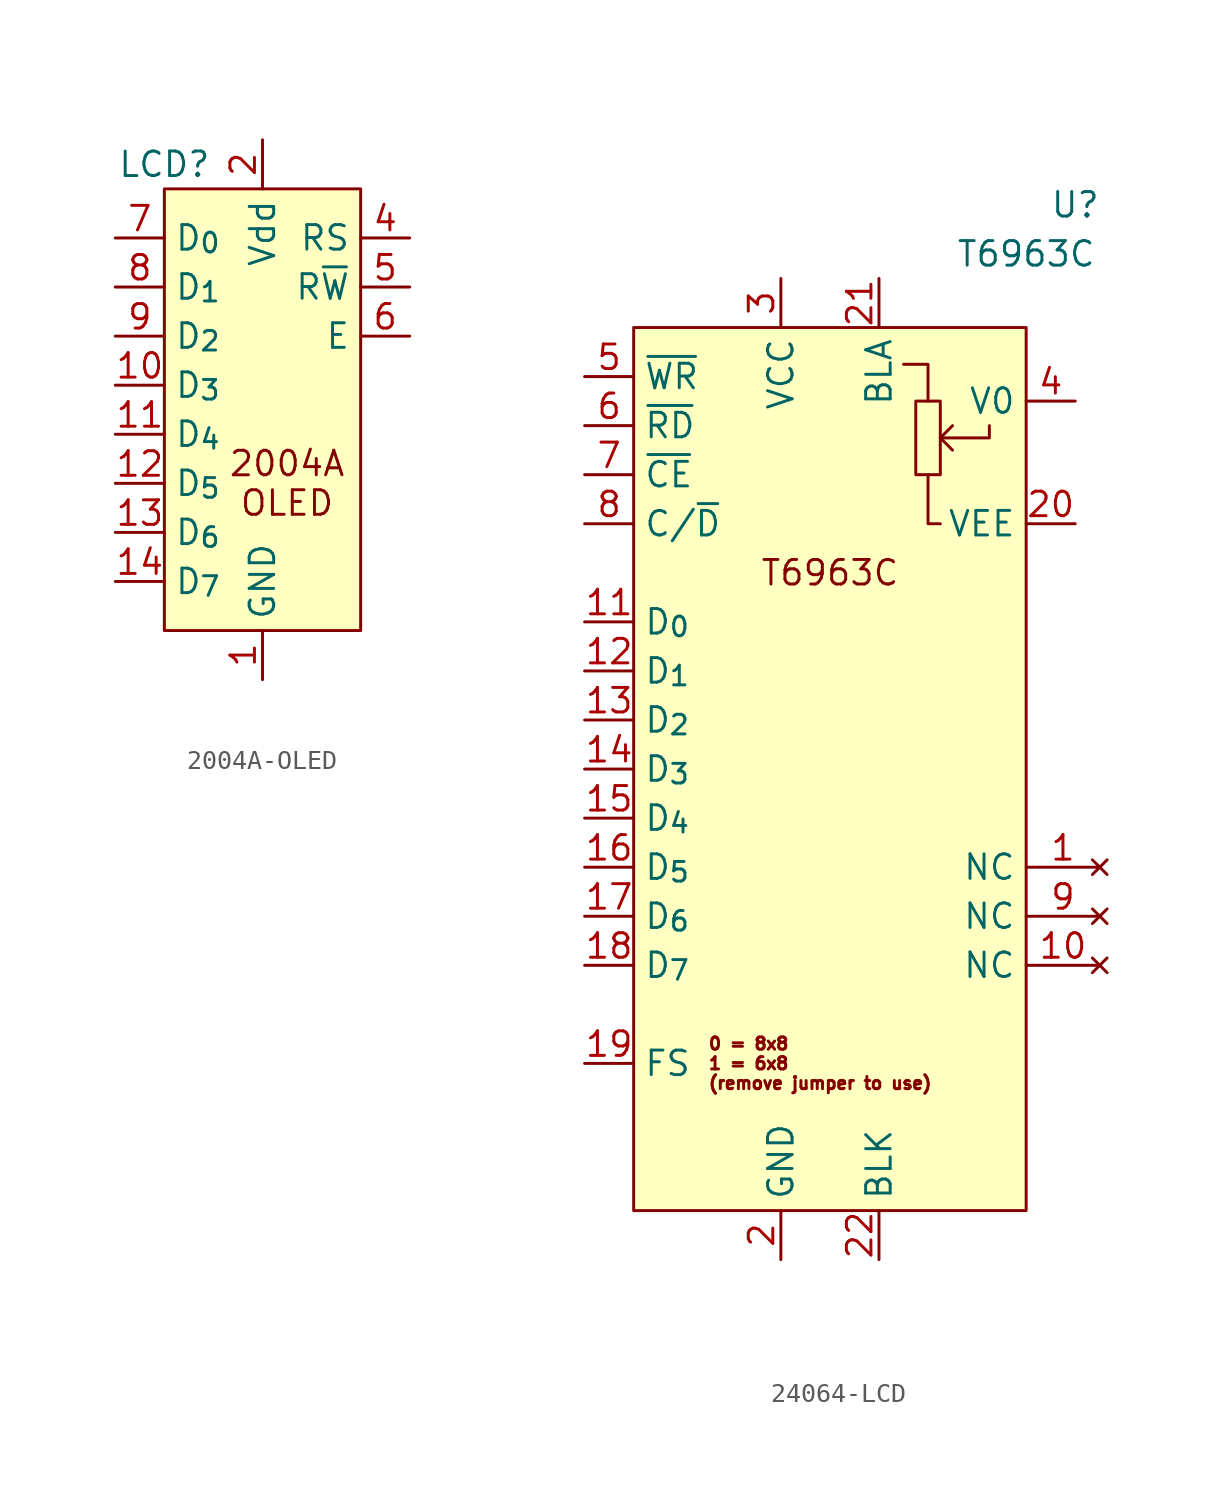
<source format=kicad_sym>
(kicad_symbol_lib
  (version 20220914)
  (generator kicad_symbol_editor)
  (symbol "2004A-OLED"
    (property "Reference" "LCD"
      (at -5.08 12.7 0)
      (effects (font (size 1.27 1.27))))
    (property "Value" ""
      (at -5.08 -12.7 0)
      (effects (font (size 1.27 1.27))))
    (symbol "2004A-OLED_1_1"
      (rectangle (start -5.08 11.43) (end 5.08 -11.43) (stroke (width 0) (type default)) (fill (type background)))
      (text "2004A\nOLED" (at 1.27 -3.81 0) (effects (font (size 1.27 1.27))))
      (pin power_in line (at 0 -13.97 90) (length 2.54) (name "GND" (effects (font (size 1.27 1.27)))) (number "1" (effects (font (size 1.27 1.27)))))
      (pin bidirectional line (at -7.62 1.27 0) (length 2.54) (name "D_{3}" (effects (font (size 1.27 1.27)))) (number "10" (effects (font (size 1.27 1.27)))))
      (pin bidirectional line (at -7.62 -1.27 0) (length 2.54) (name "D_{4}" (effects (font (size 1.27 1.27)))) (number "11" (effects (font (size 1.27 1.27)))))
      (pin bidirectional line (at -7.62 -3.81 0) (length 2.54) (name "D_{5}" (effects (font (size 1.27 1.27)))) (number "12" (effects (font (size 1.27 1.27)))))
      (pin bidirectional line (at -7.62 -6.35 0) (length 2.54) (name "D_{6}" (effects (font (size 1.27 1.27)))) (number "13" (effects (font (size 1.27 1.27)))))
      (pin bidirectional line (at -7.62 -8.89 0) (length 2.54) (name "D_{7}" (effects (font (size 1.27 1.27)))) (number "14" (effects (font (size 1.27 1.27)))))
      (pin power_in line (at 0 13.97 270) (length 2.54) (name "Vdd" (effects (font (size 1.27 1.27)))) (number "2" (effects (font (size 1.27 1.27)))))
      (pin input line (at 7.62 8.89 180) (length 2.54) (name "RS" (effects (font (size 1.27 1.27)))) (number "4" (effects (font (size 1.27 1.27)))))
      (pin input line (at 7.62 6.35 180) (length 2.54) (name "R~{W}" (effects (font (size 1.27 1.27)))) (number "5" (effects (font (size 1.27 1.27)))))
      (pin input line (at 7.62 3.81 180) (length 2.54) (name "E" (effects (font (size 1.27 1.27)))) (number "6" (effects (font (size 1.27 1.27)))))
      (pin bidirectional line (at -7.62 8.89 0) (length 2.54) (name "D_{0}" (effects (font (size 1.27 1.27)))) (number "7" (effects (font (size 1.27 1.27)))))
      (pin bidirectional line (at -7.62 6.35 0) (length 2.54) (name "D_{1}" (effects (font (size 1.27 1.27)))) (number "8" (effects (font (size 1.27 1.27)))))
      (pin bidirectional line (at -7.62 3.81 0) (length 2.54) (name "D_{2}" (effects (font (size 1.27 1.27)))) (number "9" (effects (font (size 1.27 1.27)))))))
  (symbol "24064-LCD"
    (property "Reference" "U"
      (at 12.7 29.21 0)
      (effects (font (size 1.27 1.27))))
    (property "Value" "T6963C"
      (at 10.16 26.67 0)
      (effects (font (size 1.27 1.27))))
    (symbol "24064-LCD_1_1"
      (rectangle (start -10.16 22.86) (end 10.16 -22.86) (stroke (width 0) (type default)) (fill (type background)))
      (polyline (pts (xy 5.08 15.24) (xy 5.08 12.7) (xy 5.715 12.7)) (stroke (width 0) (type default)) (fill (type none)))
      (polyline (pts (xy 5.08 19.05) (xy 5.08 20.955) (xy 3.81 20.955)) (stroke (width 0) (type default)) (fill (type none)))
      (polyline (pts (xy 5.715 17.145) (xy 8.255 17.145) (xy 8.255 17.78)) (stroke (width 0) (type default)) (fill (type none)))
      (polyline (pts (xy 6.35 17.78) (xy 5.715 17.145) (xy 6.35 16.51)) (stroke (width 0) (type default)) (fill (type none)))
      (polyline (pts (xy 4.445 19.05) (xy 5.715 19.05) (xy 5.715 15.24) (xy 4.445 15.24) (xy 4.445 19.05)) (stroke (width 0) (type default)) (fill (type none)))
      (text "0 = 8x8\n1 = 6x8\n(remove jumper to use)" (at -6.35 -15.24 0) (effects (font (size 0.635 0.635)) (justify left)))
      (text "T6963C" (at 0 10.16 0) (effects (font (size 1.27 1.27))))
      (pin no_connect line (at 13.97 -5.08 180) (length 3.81) (name "NC" (effects (font (size 1.27 1.27)))) (number "1" (effects (font (size 1.27 1.27)))))
      (pin no_connect line (at 13.97 -10.16 180) (length 3.81) (name "NC" (effects (font (size 1.27 1.27)))) (number "10" (effects (font (size 1.27 1.27)))))
      (pin bidirectional line (at -12.7 7.62 0) (length 2.54) (name "D_{0}" (effects (font (size 1.27 1.27)))) (number "11" (effects (font (size 1.27 1.27)))))
      (pin bidirectional line (at -12.7 5.08 0) (length 2.54) (name "D_{1}" (effects (font (size 1.27 1.27)))) (number "12" (effects (font (size 1.27 1.27)))))
      (pin bidirectional line (at -12.7 2.54 0) (length 2.54) (name "D_{2}" (effects (font (size 1.27 1.27)))) (number "13" (effects (font (size 1.27 1.27)))))
      (pin bidirectional line (at -12.7 0 0) (length 2.54) (name "D_{3}" (effects (font (size 1.27 1.27)))) (number "14" (effects (font (size 1.27 1.27)))))
      (pin bidirectional line (at -12.7 -2.54 0) (length 2.54) (name "D_{4}" (effects (font (size 1.27 1.27)))) (number "15" (effects (font (size 1.27 1.27)))))
      (pin bidirectional line (at -12.7 -5.08 0) (length 2.54) (name "D_{5}" (effects (font (size 1.27 1.27)))) (number "16" (effects (font (size 1.27 1.27)))))
      (pin bidirectional line (at -12.7 -7.62 0) (length 2.54) (name "D_{6}" (effects (font (size 1.27 1.27)))) (number "17" (effects (font (size 1.27 1.27)))))
      (pin bidirectional line (at -12.7 -10.16 0) (length 2.54) (name "D_{7}" (effects (font (size 1.27 1.27)))) (number "18" (effects (font (size 1.27 1.27)))))
      (pin input line (at -12.7 -15.24 0) (length 2.54) (name "FS" (effects (font (size 1.27 1.27)))) (number "19" (effects (font (size 1.27 1.27)))))
      (pin power_in line (at -2.54 -25.4 90) (length 2.54) (name "GND" (effects (font (size 1.27 1.27)))) (number "2" (effects (font (size 1.27 1.27)))))
      (pin power_out line (at 12.7 12.7 180) (length 2.54) (name "VEE" (effects (font (size 1.27 1.27)))) (number "20" (effects (font (size 1.27 1.27)))))
      (pin power_in line (at 2.54 25.4 270) (length 2.54) (name "BLA" (effects (font (size 1.27 1.27)))) (number "21" (effects (font (size 1.27 1.27)))))
      (pin power_in line (at 2.54 -25.4 90) (length 2.54) (name "BLK" (effects (font (size 1.27 1.27)))) (number "22" (effects (font (size 1.27 1.27)))))
      (pin power_in line (at -2.54 25.4 270) (length 2.54) (name "VCC" (effects (font (size 1.27 1.27)))) (number "3" (effects (font (size 1.27 1.27)))))
      (pin input line (at 12.7 19.05 180) (length 2.54) (name "V0" (effects (font (size 1.27 1.27)))) (number "4" (effects (font (size 1.27 1.27)))))
      (pin input line (at -12.7 20.32 0) (length 2.54) (name "~{WR}" (effects (font (size 1.27 1.27)))) (number "5" (effects (font (size 1.27 1.27)))))
      (pin input line (at -12.7 17.78 0) (length 2.54) (name "~{RD}" (effects (font (size 1.27 1.27)))) (number "6" (effects (font (size 1.27 1.27)))))
      (pin input line (at -12.7 15.24 0) (length 2.54) (name "~{CE}" (effects (font (size 1.27 1.27)))) (number "7" (effects (font (size 1.27 1.27)))))
      (pin input line (at -12.7 12.7 0) (length 2.54) (name "C/~{D}" (effects (font (size 1.27 1.27)))) (number "8" (effects (font (size 1.27 1.27)))))
      (pin no_connect line (at 13.97 -7.62 180) (length 3.81) (name "NC" (effects (font (size 1.27 1.27)))) (number "9" (effects (font (size 1.27 1.27))))))))
</source>
